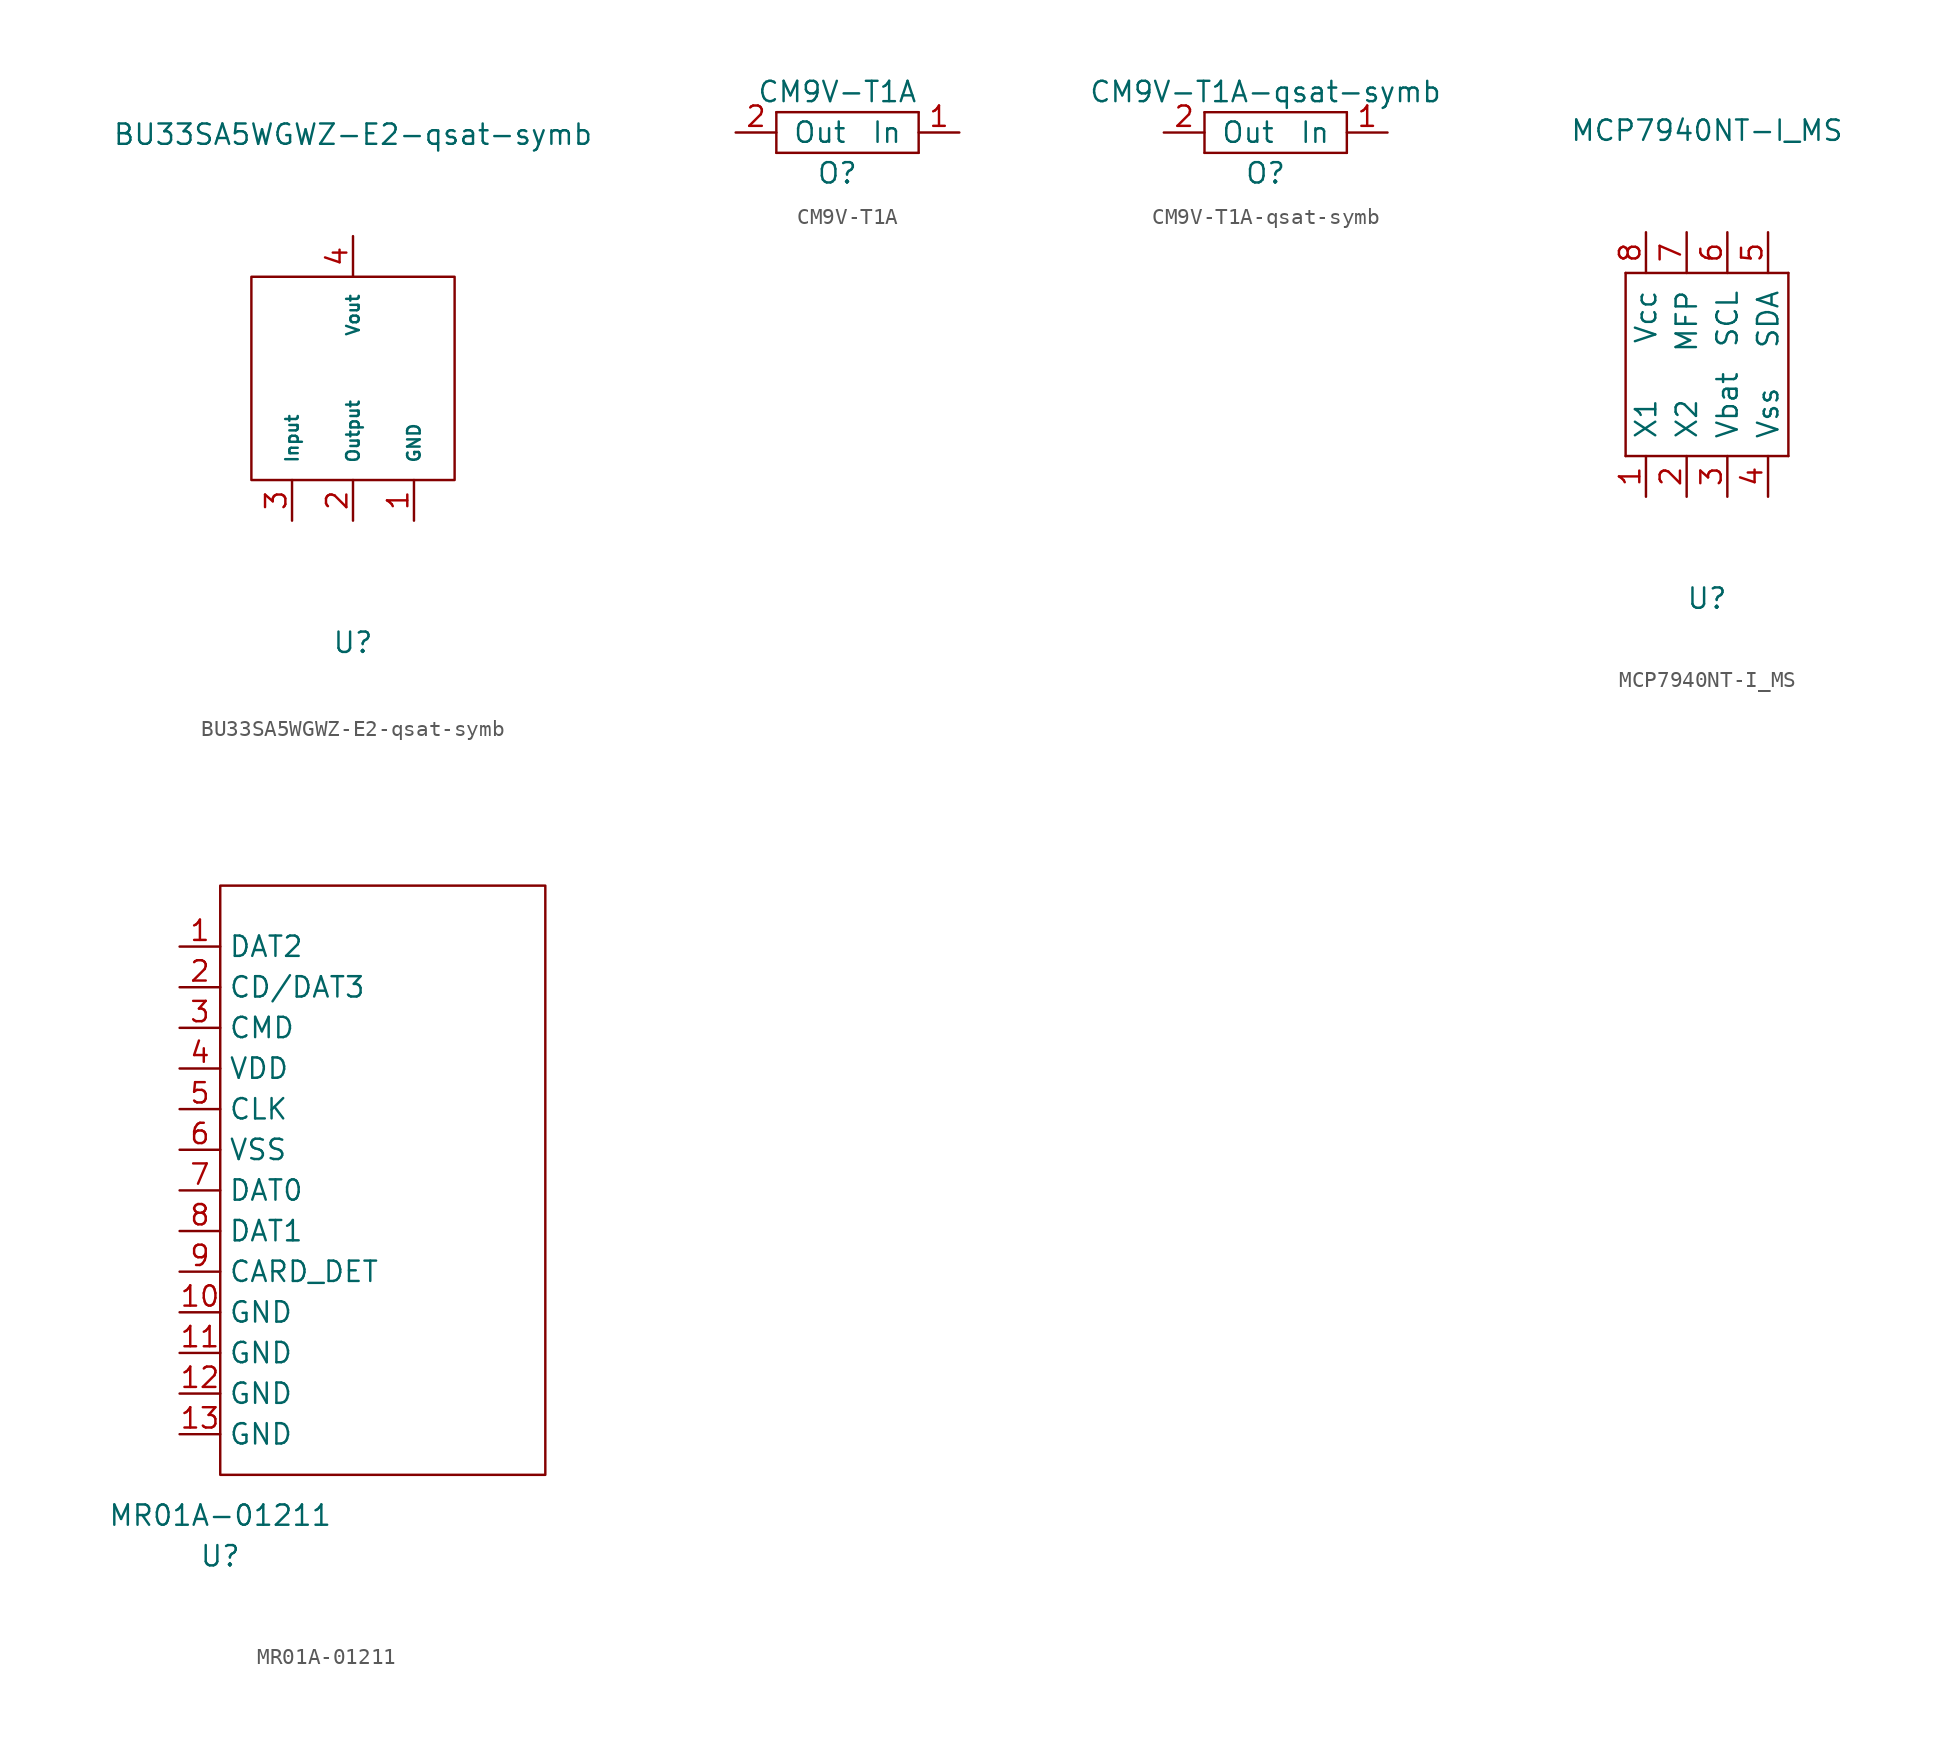
<source format=kicad_sym>
(kicad_symbol_lib
  (version 20211014)
  (generator kicad_symbol_editor)
  (symbol "BU33SA5WGWZ-E2-qsat-symb"
    (pin_names
      (offset 1.016))
    (property "Reference" "U"
      (at 0 -16.51 0)
      (effects (font (size 1.27 1.27))))
    (property "Value" "BU33SA5WGWZ-E2-qsat-symb"
      (at 0 15.24 0)
      (effects (font (size 1.27 1.27))))
    (symbol "BU33SA5WGWZ-E2-qsat-symb_0_1"
      (rectangle (start -6.35 6.35) (end 6.35 -6.35) (stroke (width 0) (type default) (color 0 0 0 0)) (fill (type none))))
    (symbol "BU33SA5WGWZ-E2-qsat-symb_1_1"
      (pin output line (at 3.81 -8.89 90) (length 2.54) (name "GND" (effects (font (size 0.787 0.787)))) (number "1" (effects (font (size 1.27 1.27)))))
      (pin output line (at 0 -8.89 90) (length 2.54) (name "Output" (effects (font (size 0.787 0.787)))) (number "2" (effects (font (size 1.27 1.27)))))
      (pin input line (at -3.81 -8.89 90) (length 2.54) (name "Input" (effects (font (size 0.787 0.787)))) (number "3" (effects (font (size 1.27 1.27)))))
      (pin output line (at 0 8.89 270) (length 2.54) (name "Vout" (effects (font (size 0.787 0.787)))) (number "4" (effects (font (size 1.27 1.27)))))))
  (symbol "CM9V-T1A"
    (pin_names
      (offset 1.016))
    (property "Reference" "O"
      (at 0 -2.54 0)
      (effects (font (size 1.27 1.27))))
    (property "Value" "CM9V-T1A"
      (at 0 2.54 0)
      (effects (font (size 1.27 1.27))))
    (symbol "CM9V-T1A_0_1"
      (rectangle (start -3.81 -1.27) (end 5.08 -1.27) (stroke (width 0) (type default) (color 0 0 0 0)) (fill (type none)))
      (rectangle (start -3.81 1.27) (end -3.81 -1.27) (stroke (width 0) (type default) (color 0 0 0 0)) (fill (type none)))
      (rectangle (start 5.08 -1.27) (end 5.08 1.27) (stroke (width 0) (type default) (color 0 0 0 0)) (fill (type none)))
      (rectangle (start 5.08 1.27) (end -3.81 1.27) (stroke (width 0) (type default) (color 0 0 0 0)) (fill (type none))))
    (symbol "CM9V-T1A_1_1"
      (pin input line (at 7.62 0 180) (length 2.54) (name "In" (effects (font (size 1.27 1.27)))) (number "1" (effects (font (size 1.27 1.27)))))
      (pin output line (at -6.35 0 0) (length 2.54) (name "Out" (effects (font (size 1.27 1.27)))) (number "2" (effects (font (size 1.27 1.27)))))))
  (symbol "CM9V-T1A-qsat-symb"
    (pin_names
      (offset 1.016))
    (property "Reference" "O"
      (at 0 -2.54 0)
      (effects (font (size 1.27 1.27))))
    (property "Value" "CM9V-T1A-qsat-symb"
      (at 0 2.54 0)
      (effects (font (size 1.27 1.27))))
    (symbol "CM9V-T1A-qsat-symb_0_1"
      (rectangle (start -3.81 -1.27) (end 5.08 -1.27) (stroke (width 0) (type default) (color 0 0 0 0)) (fill (type none)))
      (rectangle (start -3.81 1.27) (end -3.81 -1.27) (stroke (width 0) (type default) (color 0 0 0 0)) (fill (type none)))
      (rectangle (start 5.08 -1.27) (end 5.08 1.27) (stroke (width 0) (type default) (color 0 0 0 0)) (fill (type none)))
      (rectangle (start 5.08 1.27) (end -3.81 1.27) (stroke (width 0) (type default) (color 0 0 0 0)) (fill (type none))))
    (symbol "CM9V-T1A-qsat-symb_1_1"
      (pin input line (at 7.62 0 180) (length 2.54) (name "In" (effects (font (size 1.27 1.27)))) (number "1" (effects (font (size 1.27 1.27)))))
      (pin output line (at -6.35 0 0) (length 2.54) (name "Out" (effects (font (size 1.27 1.27)))) (number "2" (effects (font (size 1.27 1.27)))))))
  (symbol "MCP7940NT-I_MS"
    (pin_names
      (offset 1.016))
    (property "Reference" "U"
      (at 0 -15.24 0)
      (effects (font (size 1.27 1.27))))
    (property "Value" "MCP7940NT-I_MS"
      (at 0 13.97 0)
      (effects (font (size 1.27 1.27))))
    (symbol "MCP7940NT-I_MS_0_1"
      (rectangle (start -5.08 -6.35) (end 5.08 -6.35) (stroke (width 0) (type default) (color 0 0 0 0)) (fill (type none)))
      (rectangle (start -5.08 5.08) (end -5.08 -6.35) (stroke (width 0) (type default) (color 0 0 0 0)) (fill (type none)))
      (rectangle (start -5.08 5.08) (end 5.08 5.08) (stroke (width 0) (type default) (color 0 0 0 0)) (fill (type none)))
      (rectangle (start 5.08 5.08) (end 5.08 -6.35) (stroke (width 0) (type default) (color 0 0 0 0)) (fill (type none))))
    (symbol "MCP7940NT-I_MS_1_1"
      (pin input line (at -3.81 -8.89 90) (length 2.54) (name "X1" (effects (font (size 1.27 1.27)))) (number "1" (effects (font (size 1.27 1.27)))))
      (pin output line (at -1.27 -8.89 90) (length 2.54) (name "X2" (effects (font (size 1.27 1.27)))) (number "2" (effects (font (size 1.27 1.27)))))
      (pin input line (at 1.27 -8.89 90) (length 2.54) (name "Vbat" (effects (font (size 1.27 1.27)))) (number "3" (effects (font (size 1.27 1.27)))))
      (pin output line (at 3.81 -8.89 90) (length 2.54) (name "Vss" (effects (font (size 1.27 1.27)))) (number "4" (effects (font (size 1.27 1.27)))))
      (pin output line (at 3.81 7.62 270) (length 2.54) (name "SDA" (effects (font (size 1.27 1.27)))) (number "5" (effects (font (size 1.27 1.27)))))
      (pin output line (at 1.27 7.62 270) (length 2.54) (name "SCL" (effects (font (size 1.27 1.27)))) (number "6" (effects (font (size 1.27 1.27)))))
      (pin output line (at -1.27 7.62 270) (length 2.54) (name "MFP" (effects (font (size 1.27 1.27)))) (number "7" (effects (font (size 1.27 1.27)))))
      (pin input line (at -3.81 7.62 270) (length 2.54) (name "Vcc" (effects (font (size 1.27 1.27)))) (number "8" (effects (font (size 1.27 1.27)))))))
  (symbol "MR01A-01211"
    (property "Reference" "U"
      (at 0 -5.08 0)
      (effects (font (size 1.27 1.27))))
    (property "Value" "MR01A-01211"
      (at 0 -2.54 0)
      (effects (font (size 1.27 1.27))))
    (symbol "MR01A-01211_0_1"
      (rectangle (start 0 0) (end 20.32 36.83) (stroke (width 0) (type default) (color 0 0 0 0)) (fill (type none))))
    (symbol "MR01A-01211_1_1"
      (pin input line (at -2.54 33.02 0) (length 2.54) (name "DAT2" (effects (font (size 1.27 1.27)))) (number "1" (effects (font (size 1.27 1.27)))))
      (pin input line (at -2.54 10.16 0) (length 2.54) (name "GND" (effects (font (size 1.27 1.27)))) (number "10" (effects (font (size 1.27 1.27)))))
      (pin input line (at -2.54 7.62 0) (length 2.54) (name "GND" (effects (font (size 1.27 1.27)))) (number "11" (effects (font (size 1.27 1.27)))))
      (pin input line (at -2.54 5.08 0) (length 2.54) (name "GND" (effects (font (size 1.27 1.27)))) (number "12" (effects (font (size 1.27 1.27)))))
      (pin input line (at -2.54 2.54 0) (length 2.54) (name "GND" (effects (font (size 1.27 1.27)))) (number "13" (effects (font (size 1.27 1.27)))))
      (pin input line (at -2.54 30.48 0) (length 2.54) (name "CD/DAT3" (effects (font (size 1.27 1.27)))) (number "2" (effects (font (size 1.27 1.27)))))
      (pin input line (at -2.54 27.94 0) (length 2.54) (name "CMD" (effects (font (size 1.27 1.27)))) (number "3" (effects (font (size 1.27 1.27)))))
      (pin input line (at -2.54 25.4 0) (length 2.54) (name "VDD" (effects (font (size 1.27 1.27)))) (number "4" (effects (font (size 1.27 1.27)))))
      (pin input line (at -2.54 22.86 0) (length 2.54) (name "CLK" (effects (font (size 1.27 1.27)))) (number "5" (effects (font (size 1.27 1.27)))))
      (pin input line (at -2.54 20.32 0) (length 2.54) (name "VSS" (effects (font (size 1.27 1.27)))) (number "6" (effects (font (size 1.27 1.27)))))
      (pin input line (at -2.54 17.78 0) (length 2.54) (name "DAT0" (effects (font (size 1.27 1.27)))) (number "7" (effects (font (size 1.27 1.27)))))
      (pin input line (at -2.54 15.24 0) (length 2.54) (name "DAT1" (effects (font (size 1.27 1.27)))) (number "8" (effects (font (size 1.27 1.27)))))
      (pin input line (at -2.54 12.7 0) (length 2.54) (name "CARD_DET" (effects (font (size 1.27 1.27)))) (number "9" (effects (font (size 1.27 1.27))))))))
</source>
